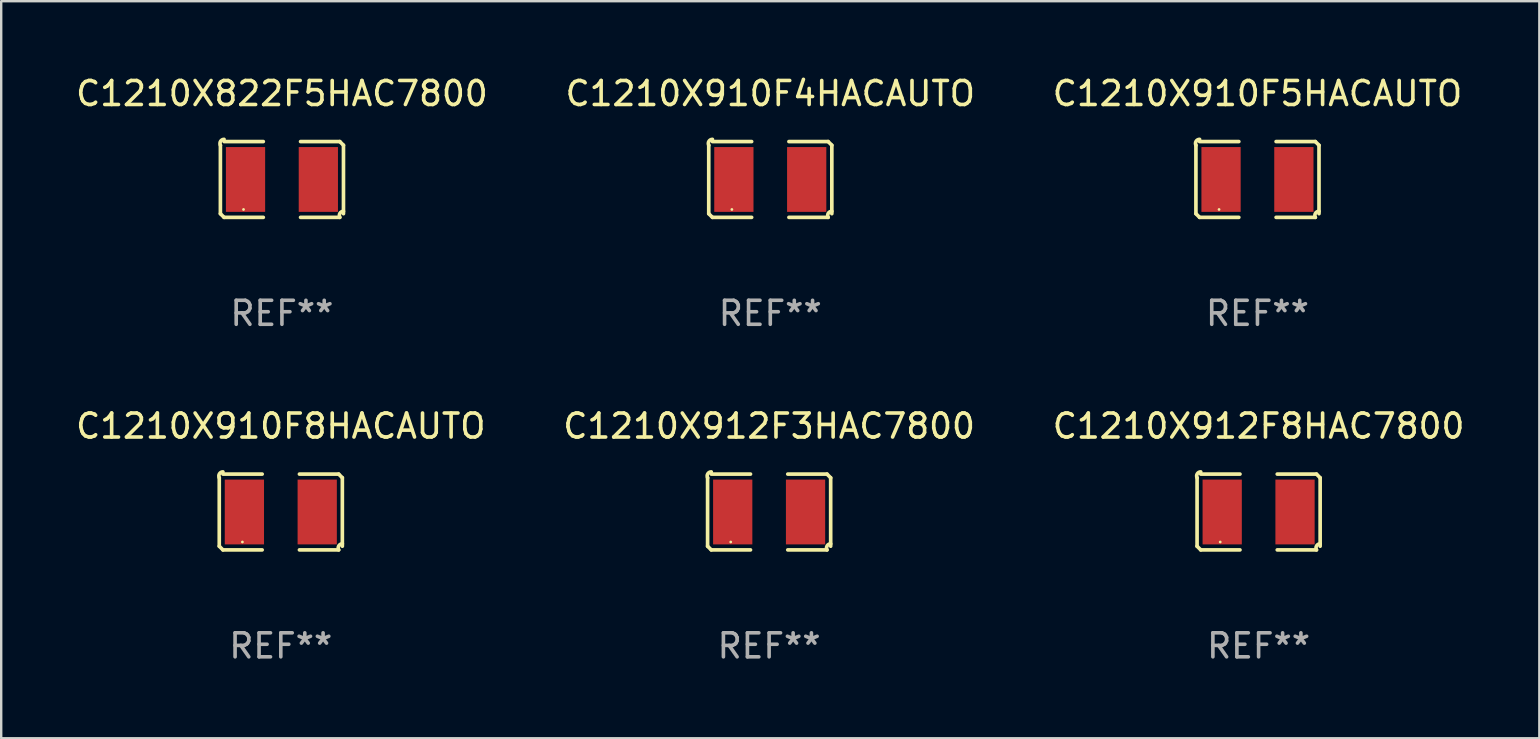
<source format=kicad_pcb>
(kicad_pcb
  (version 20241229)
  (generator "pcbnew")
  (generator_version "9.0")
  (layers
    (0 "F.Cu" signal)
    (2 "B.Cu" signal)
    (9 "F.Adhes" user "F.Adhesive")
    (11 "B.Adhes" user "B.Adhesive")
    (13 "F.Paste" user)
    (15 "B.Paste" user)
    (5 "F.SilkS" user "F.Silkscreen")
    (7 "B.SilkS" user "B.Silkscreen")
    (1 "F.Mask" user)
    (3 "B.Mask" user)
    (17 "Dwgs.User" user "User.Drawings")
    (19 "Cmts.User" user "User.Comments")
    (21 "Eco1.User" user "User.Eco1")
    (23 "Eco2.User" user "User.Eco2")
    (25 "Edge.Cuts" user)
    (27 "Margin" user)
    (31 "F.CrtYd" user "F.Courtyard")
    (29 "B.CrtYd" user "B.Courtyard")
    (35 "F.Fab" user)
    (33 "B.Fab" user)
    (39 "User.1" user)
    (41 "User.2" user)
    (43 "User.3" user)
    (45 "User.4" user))
  (footprint "C1210X910F8HACAUTO"
    (layer "F.Cu")
    (at 8.649 18.281)
    (property "Reference" "C1210X910F8HACAUTO" (at 0 -3.579 0) (layer "F.SilkS") (effects (font (size 1 1) (thickness 0.15))))
    (attr through_hole)
    (fp_line (start -2.564 1.426) (end -2.564 -1.426) (stroke (width 0.152) (type solid)) (layer "F.SilkS"))
    (fp_line (start -2.411 -1.579) (end -0.776 -1.579) (stroke (width 0.152) (type solid)) (layer "F.SilkS"))
    (fp_line (start -0.776 1.579) (end -2.411 1.579) (stroke (width 0.152) (type solid)) (layer "F.SilkS"))
    (fp_line (start 0.776 1.579) (end 2.411 1.579) (stroke (width 0.152) (type solid)) (layer "F.SilkS"))
    (fp_line (start 2.411 -1.579) (end 0.776 -1.579) (stroke (width 0.152) (type solid)) (layer "F.SilkS"))
    (fp_line (start 2.564 1.426) (end 2.564 -1.426) (stroke (width 0.152) (type solid)) (layer "F.SilkS"))
    (fp_arc (start -2.563602 -1.426213) (mid -2.555597 -1.591233) (end -2.411201 -1.671518) (stroke (width 0.1524) (type solid)) (layer "F.SilkS"))
    (fp_arc (start -2.5636 1.426214) (mid -2.487389 1.502402) (end -2.411201 1.578613) (stroke (width 0.1524) (type solid)) (layer "F.SilkS"))
    (fp_arc (start 2.411197 -1.578618) (mid 2.487403 -1.502419) (end 2.563602 -1.426213) (stroke (width 0.1524) (type solid)) (layer "F.SilkS"))
    (fp_arc (start 2.411201 1.578613) (mid 2.416214 1.409455) (end 2.563602 1.32629) (stroke (width 0.1524) (type solid)) (layer "F.SilkS"))
    (fp_circle (center -1.6 1.25) (end -1.57 1.25) (stroke (width 0.06) (type solid)) (fill no) (layer "F.SilkS"))
    (fp_text user "REF**" (at 0 5.579 0) (layer "F.Fab") (effects (font (size 1 1) (thickness 0.15))))
    (pad "1" smd rect (at -1.517 0) (size 1.635 2.7) (layers "F.Cu" "F.Mask" "F.Paste"))
    (pad "2" smd rect (at 1.517 0) (size 1.635 2.7) (layers "F.Cu" "F.Mask" "F.Paste")))
  (footprint "C1210X912F3HAC7800"
    (layer "F.Cu")
    (at 28.994 18.281)
    (property "Reference" "C1210X912F3HAC7800" (at 0 -3.579 0) (layer "F.SilkS") (effects (font (size 1 1) (thickness 0.15))))
    (attr through_hole)
    (fp_line (start -2.564 1.426) (end -2.564 -1.426) (stroke (width 0.152) (type solid)) (layer "F.SilkS"))
    (fp_line (start -2.411 -1.579) (end -0.776 -1.579) (stroke (width 0.152) (type solid)) (layer "F.SilkS"))
    (fp_line (start -0.776 1.579) (end -2.411 1.579) (stroke (width 0.152) (type solid)) (layer "F.SilkS"))
    (fp_line (start 0.776 1.579) (end 2.411 1.579) (stroke (width 0.152) (type solid)) (layer "F.SilkS"))
    (fp_line (start 2.411 -1.579) (end 0.776 -1.579) (stroke (width 0.152) (type solid)) (layer "F.SilkS"))
    (fp_line (start 2.564 1.426) (end 2.564 -1.426) (stroke (width 0.152) (type solid)) (layer "F.SilkS"))
    (fp_arc (start -2.563602 -1.426213) (mid -2.555597 -1.591233) (end -2.411201 -1.671518) (stroke (width 0.1524) (type solid)) (layer "F.SilkS"))
    (fp_arc (start -2.5636 1.426214) (mid -2.487389 1.502402) (end -2.411201 1.578613) (stroke (width 0.1524) (type solid)) (layer "F.SilkS"))
    (fp_arc (start 2.411197 -1.578618) (mid 2.487403 -1.502419) (end 2.563602 -1.426213) (stroke (width 0.1524) (type solid)) (layer "F.SilkS"))
    (fp_arc (start 2.411201 1.578613) (mid 2.416214 1.409455) (end 2.563602 1.32629) (stroke (width 0.1524) (type solid)) (layer "F.SilkS"))
    (fp_circle (center -1.6 1.25) (end -1.57 1.25) (stroke (width 0.06) (type solid)) (fill no) (layer "F.SilkS"))
    (fp_text user "REF**" (at 0 5.579 0) (layer "F.Fab") (effects (font (size 1 1) (thickness 0.15))))
    (pad "1" smd rect (at -1.517 0) (size 1.635 2.7) (layers "F.Cu" "F.Mask" "F.Paste"))
    (pad "2" smd rect (at 1.517 0) (size 1.635 2.7) (layers "F.Cu" "F.Mask" "F.Paste")))
  (footprint "C1210X822F5HAC7800"
    (layer "F.Cu")
    (at 8.696 4.427)
    (property "Reference" "C1210X822F5HAC7800" (at 0 -3.579 0) (layer "F.SilkS") (effects (font (size 1 1) (thickness 0.15))))
    (attr through_hole)
    (fp_line (start -2.564 1.426) (end -2.564 -1.426) (stroke (width 0.152) (type solid)) (layer "F.SilkS"))
    (fp_line (start -2.411 -1.579) (end -0.776 -1.579) (stroke (width 0.152) (type solid)) (layer "F.SilkS"))
    (fp_line (start -0.776 1.579) (end -2.411 1.579) (stroke (width 0.152) (type solid)) (layer "F.SilkS"))
    (fp_line (start 0.776 1.579) (end 2.411 1.579) (stroke (width 0.152) (type solid)) (layer "F.SilkS"))
    (fp_line (start 2.411 -1.579) (end 0.776 -1.579) (stroke (width 0.152) (type solid)) (layer "F.SilkS"))
    (fp_line (start 2.564 1.426) (end 2.564 -1.426) (stroke (width 0.152) (type solid)) (layer "F.SilkS"))
    (fp_arc (start -2.563602 -1.426213) (mid -2.555597 -1.591233) (end -2.411201 -1.671518) (stroke (width 0.1524) (type solid)) (layer "F.SilkS"))
    (fp_arc (start -2.5636 1.426214) (mid -2.487389 1.502402) (end -2.411201 1.578613) (stroke (width 0.1524) (type solid)) (layer "F.SilkS"))
    (fp_arc (start 2.411197 -1.578618) (mid 2.487403 -1.502419) (end 2.563602 -1.426213) (stroke (width 0.1524) (type solid)) (layer "F.SilkS"))
    (fp_arc (start 2.411201 1.578613) (mid 2.416214 1.409455) (end 2.563602 1.32629) (stroke (width 0.1524) (type solid)) (layer "F.SilkS"))
    (fp_circle (center -1.6 1.25) (end -1.57 1.25) (stroke (width 0.06) (type solid)) (fill no) (layer "F.SilkS"))
    (fp_text user "REF**" (at 0 5.579 0) (layer "F.Fab") (effects (font (size 1 1) (thickness 0.15))))
    (pad "1" smd rect (at -1.517 0) (size 1.635 2.7) (layers "F.Cu" "F.Mask" "F.Paste"))
    (pad "2" smd rect (at 1.517 0) (size 1.635 2.7) (layers "F.Cu" "F.Mask" "F.Paste")))
  (footprint "C1210X912F8HAC7800"
    (layer "F.Cu")
    (at 49.387 18.281)
    (property "Reference" "C1210X912F8HAC7800" (at 0 -3.579 0) (layer "F.SilkS") (effects (font (size 1 1) (thickness 0.15))))
    (attr through_hole)
    (fp_line (start -2.564 1.426) (end -2.564 -1.426) (stroke (width 0.152) (type solid)) (layer "F.SilkS"))
    (fp_line (start -2.411 -1.579) (end -0.776 -1.579) (stroke (width 0.152) (type solid)) (layer "F.SilkS"))
    (fp_line (start -0.776 1.579) (end -2.411 1.579) (stroke (width 0.152) (type solid)) (layer "F.SilkS"))
    (fp_line (start 0.776 1.579) (end 2.411 1.579) (stroke (width 0.152) (type solid)) (layer "F.SilkS"))
    (fp_line (start 2.411 -1.579) (end 0.776 -1.579) (stroke (width 0.152) (type solid)) (layer "F.SilkS"))
    (fp_line (start 2.564 1.426) (end 2.564 -1.426) (stroke (width 0.152) (type solid)) (layer "F.SilkS"))
    (fp_arc (start -2.563602 -1.426213) (mid -2.555597 -1.591233) (end -2.411201 -1.671518) (stroke (width 0.1524) (type solid)) (layer "F.SilkS"))
    (fp_arc (start -2.5636 1.426214) (mid -2.487389 1.502402) (end -2.411201 1.578613) (stroke (width 0.1524) (type solid)) (layer "F.SilkS"))
    (fp_arc (start 2.411197 -1.578618) (mid 2.487403 -1.502419) (end 2.563602 -1.426213) (stroke (width 0.1524) (type solid)) (layer "F.SilkS"))
    (fp_arc (start 2.411201 1.578613) (mid 2.416214 1.409455) (end 2.563602 1.32629) (stroke (width 0.1524) (type solid)) (layer "F.SilkS"))
    (fp_circle (center -1.6 1.25) (end -1.57 1.25) (stroke (width 0.06) (type solid)) (fill no) (layer "F.SilkS"))
    (fp_text user "REF**" (at 0 5.579 0) (layer "F.Fab") (effects (font (size 1 1) (thickness 0.15))))
    (pad "1" smd rect (at -1.517 0) (size 1.635 2.7) (layers "F.Cu" "F.Mask" "F.Paste"))
    (pad "2" smd rect (at 1.517 0) (size 1.635 2.7) (layers "F.Cu" "F.Mask" "F.Paste")))
  (footprint "C1210X910F4HACAUTO"
    (layer "F.Cu")
    (at 29.042 4.427)
    (property "Reference" "C1210X910F4HACAUTO" (at 0 -3.579 0) (layer "F.SilkS") (effects (font (size 1 1) (thickness 0.15))))
    (attr through_hole)
    (fp_line (start -2.564 1.426) (end -2.564 -1.426) (stroke (width 0.152) (type solid)) (layer "F.SilkS"))
    (fp_line (start -2.411 -1.579) (end -0.776 -1.579) (stroke (width 0.152) (type solid)) (layer "F.SilkS"))
    (fp_line (start -0.776 1.579) (end -2.411 1.579) (stroke (width 0.152) (type solid)) (layer "F.SilkS"))
    (fp_line (start 0.776 1.579) (end 2.411 1.579) (stroke (width 0.152) (type solid)) (layer "F.SilkS"))
    (fp_line (start 2.411 -1.579) (end 0.776 -1.579) (stroke (width 0.152) (type solid)) (layer "F.SilkS"))
    (fp_line (start 2.564 1.426) (end 2.564 -1.426) (stroke (width 0.152) (type solid)) (layer "F.SilkS"))
    (fp_arc (start -2.563602 -1.426213) (mid -2.555597 -1.591233) (end -2.411201 -1.671518) (stroke (width 0.1524) (type solid)) (layer "F.SilkS"))
    (fp_arc (start -2.5636 1.426214) (mid -2.487389 1.502402) (end -2.411201 1.578613) (stroke (width 0.1524) (type solid)) (layer "F.SilkS"))
    (fp_arc (start 2.411197 -1.578618) (mid 2.487403 -1.502419) (end 2.563602 -1.426213) (stroke (width 0.1524) (type solid)) (layer "F.SilkS"))
    (fp_arc (start 2.411201 1.578613) (mid 2.416214 1.409455) (end 2.563602 1.32629) (stroke (width 0.1524) (type solid)) (layer "F.SilkS"))
    (fp_circle (center -1.6 1.25) (end -1.57 1.25) (stroke (width 0.06) (type solid)) (fill no) (layer "F.SilkS"))
    (fp_text user "REF**" (at 0 5.579 0) (layer "F.Fab") (effects (font (size 1 1) (thickness 0.15))))
    (pad "1" smd rect (at -1.517 0) (size 1.635 2.7) (layers "F.Cu" "F.Mask" "F.Paste"))
    (pad "2" smd rect (at 1.517 0) (size 1.635 2.7) (layers "F.Cu" "F.Mask" "F.Paste")))
  (footprint "C1210X910F5HACAUTO"
    (layer "F.Cu")
    (at 49.339 4.427)
    (property "Reference" "C1210X910F5HACAUTO" (at 0 -3.579 0) (layer "F.SilkS") (effects (font (size 1 1) (thickness 0.15))))
    (attr through_hole)
    (fp_line (start -2.564 1.426) (end -2.564 -1.426) (stroke (width 0.152) (type solid)) (layer "F.SilkS"))
    (fp_line (start -2.411 -1.579) (end -0.776 -1.579) (stroke (width 0.152) (type solid)) (layer "F.SilkS"))
    (fp_line (start -0.776 1.579) (end -2.411 1.579) (stroke (width 0.152) (type solid)) (layer "F.SilkS"))
    (fp_line (start 0.776 1.579) (end 2.411 1.579) (stroke (width 0.152) (type solid)) (layer "F.SilkS"))
    (fp_line (start 2.411 -1.579) (end 0.776 -1.579) (stroke (width 0.152) (type solid)) (layer "F.SilkS"))
    (fp_line (start 2.564 1.426) (end 2.564 -1.426) (stroke (width 0.152) (type solid)) (layer "F.SilkS"))
    (fp_arc (start -2.563602 -1.426213) (mid -2.555597 -1.591233) (end -2.411201 -1.671518) (stroke (width 0.1524) (type solid)) (layer "F.SilkS"))
    (fp_arc (start -2.5636 1.426214) (mid -2.487389 1.502402) (end -2.411201 1.578613) (stroke (width 0.1524) (type solid)) (layer "F.SilkS"))
    (fp_arc (start 2.411197 -1.578618) (mid 2.487403 -1.502419) (end 2.563602 -1.426213) (stroke (width 0.1524) (type solid)) (layer "F.SilkS"))
    (fp_arc (start 2.411201 1.578613) (mid 2.416214 1.409455) (end 2.563602 1.32629) (stroke (width 0.1524) (type solid)) (layer "F.SilkS"))
    (fp_circle (center -1.6 1.25) (end -1.57 1.25) (stroke (width 0.06) (type solid)) (fill no) (layer "F.SilkS"))
    (fp_text user "REF**" (at 0 5.579 0) (layer "F.Fab") (effects (font (size 1 1) (thickness 0.15))))
    (pad "1" smd rect (at -1.517 0) (size 1.635 2.7) (layers "F.Cu" "F.Mask" "F.Paste"))
    (pad "2" smd rect (at 1.517 0) (size 1.635 2.7) (layers "F.Cu" "F.Mask" "F.Paste")))
  (gr_rect
    (start -3 -3)
    (end 61.083 27.707)
    (stroke (width 0.1) (type default))
    (fill no)
    (layer "Edge.Cuts")))
</source>
